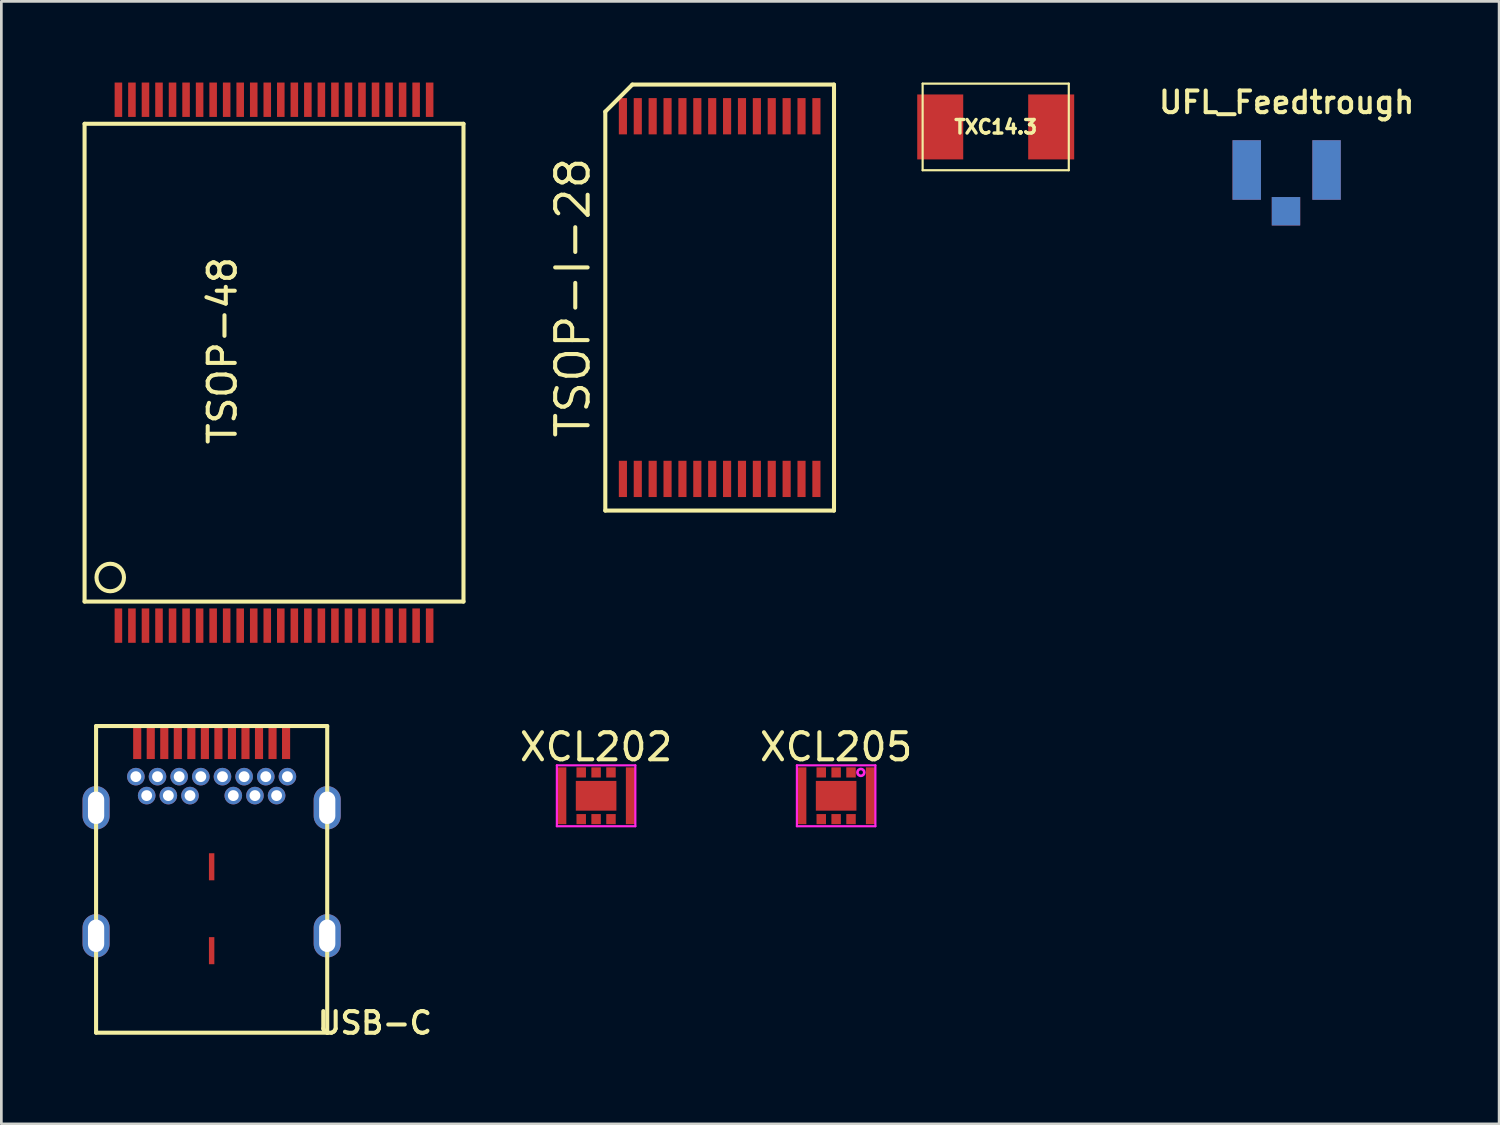
<source format=kicad_pcb>
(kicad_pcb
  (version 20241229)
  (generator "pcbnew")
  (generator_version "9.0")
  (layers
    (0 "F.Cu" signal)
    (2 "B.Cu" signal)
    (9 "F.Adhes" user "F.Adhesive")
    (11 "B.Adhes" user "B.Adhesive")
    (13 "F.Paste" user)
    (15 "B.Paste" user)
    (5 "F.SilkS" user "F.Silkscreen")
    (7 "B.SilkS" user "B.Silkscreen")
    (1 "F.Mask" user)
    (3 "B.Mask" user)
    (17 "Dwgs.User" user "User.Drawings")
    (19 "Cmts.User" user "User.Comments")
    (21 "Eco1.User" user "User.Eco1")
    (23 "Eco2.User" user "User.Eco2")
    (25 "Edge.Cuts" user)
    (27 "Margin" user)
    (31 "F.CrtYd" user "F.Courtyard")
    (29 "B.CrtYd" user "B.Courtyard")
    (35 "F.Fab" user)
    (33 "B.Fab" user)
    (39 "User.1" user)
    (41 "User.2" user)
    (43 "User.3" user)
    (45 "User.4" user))
  (footprint "TXC14.3"
    (layer "F.Cu")
    (at 33.74 1.64)
    (property "Reference" "TXC14.3" (at 0 0 0) (layer "F.SilkS") (effects (font (size 0.5 0.5) (thickness 0.125))))
    (attr through_hole)
    (fp_line (start -2.7 -1.6) (end -2.7 1.6) (stroke (width 0.08) (type solid)) (layer "F.SilkS"))
    (fp_line (start -2.7 -1.6) (end 2.7 -1.6) (stroke (width 0.08) (type solid)) (layer "F.SilkS"))
    (fp_line (start -2.7 1.6) (end 2.7 1.6) (stroke (width 0.08) (type solid)) (layer "F.SilkS"))
    (fp_line (start 2.7 1.6) (end 2.7 -1.6) (stroke (width 0.08) (type solid)) (layer "F.SilkS"))
    (pad "1" smd rect (at -2.7 0) (size 1.7 2.4) (drill (offset 0.65 0)) (layers "F.Cu" "F.Mask" "F.Paste"))
    (pad "2" smd rect (at 2.7 0) (size 1.7 2.4) (drill (offset -0.65 0)) (layers "F.Cu" "F.Mask" "F.Paste")))
  (footprint "XCL202"
    (layer "F.Cu")
    (at 18.975 26.353)
    (property "Reference" "XCL202" (at 0 -1.803 0) (layer "F.SilkS") (effects (font (size 1 1) (thickness 0.15))))
    (attr through_hole)
    (fp_line (start -1.45 -1.125) (end -1.45 1.125) (stroke (width 0.08) (type solid)) (layer "F.CrtYd"))
    (fp_line (start -1.45 -1.125) (end 1.45 -1.125) (stroke (width 0.08) (type solid)) (layer "F.CrtYd"))
    (fp_line (start -1.45 1.125) (end 1.45 1.125) (stroke (width 0.08) (type solid)) (layer "F.CrtYd"))
    (fp_line (start 1.45 -1.125) (end 1.45 1.125) (stroke (width 0.08) (type solid)) (layer "F.CrtYd"))
    (pad "1" smd rect (at -0.55 -0.863) (size 0.35 0.375) (layers "F.Cu" "F.Mask" "F.Paste"))
    (pad "2" smd rect (at 0 -0.863) (size 0.35 0.375) (layers "F.Cu" "F.Mask" "F.Paste"))
    (pad "3" smd rect (at 0.55 -0.863) (size 0.35 0.375) (layers "F.Cu" "F.Mask" "F.Paste"))
    (pad "4" smd rect (at 0.55 0.863) (size 0.35 0.375) (layers "F.Cu" "F.Mask" "F.Paste"))
    (pad "5" smd rect (at 0 0.863) (size 0.35 0.375) (layers "F.Cu" "F.Mask" "F.Paste"))
    (pad "6" smd rect (at -0.55 0.863) (size 0.35 0.375) (layers "F.Cu" "F.Mask" "F.Paste"))
    (pad "7" smd rect (at -1.275 0) (size 0.35 2.1) (layers "F.Cu" "F.Mask" "F.Paste"))
    (pad "8" smd rect (at 1.275 0) (size 0.35 2.1) (layers "F.Cu" "F.Mask" "F.Paste"))
    (pad "GND" smd rect (at 0 0) (size 1.5 1.1) (layers "F.Cu" "F.Mask" "F.Paste")))
  (footprint "TSOP-I-28"
    (layer "F.Cu")
    (at 23.54 7.945)
    (property "Reference" "TSOP-I-28" (at -5.425 0 90) (layer "F.SilkS") (effects (font (size 1.2 1.2) (thickness 0.15))))
    (attr smd)
    (fp_line (start -4.225 -6.87) (end -4.225 7.87) (stroke (width 0.15) (type solid)) (layer "F.SilkS"))
    (fp_line (start -4.225 7.87) (end 4.225 7.87) (stroke (width 0.15) (type solid)) (layer "F.SilkS"))
    (fp_line (start -3.225 -7.87) (end -4.225 -6.87) (stroke (width 0.15) (type solid)) (layer "F.SilkS"))
    (fp_line (start 4.225 -7.87) (end -3.225 -7.87) (stroke (width 0.15) (type solid)) (layer "F.SilkS"))
    (fp_line (start 4.225 7.87) (end 4.225 -7.87) (stroke (width 0.15) (type solid)) (layer "F.SilkS"))
    (pad "1" smd rect (at -3.575 6.7) (size 0.3 1.34) (layers "F.Cu" "F.Mask" "F.Paste"))
    (pad "2" smd rect (at -3.025 6.7) (size 0.3 1.34) (layers "F.Cu" "F.Mask" "F.Paste"))
    (pad "3" smd rect (at -2.475 6.7) (size 0.3 1.34) (layers "F.Cu" "F.Mask" "F.Paste"))
    (pad "4" smd rect (at -1.925 6.7) (size 0.3 1.34) (layers "F.Cu" "F.Mask" "F.Paste"))
    (pad "5" smd rect (at -1.375 6.7) (size 0.3 1.34) (layers "F.Cu" "F.Mask" "F.Paste"))
    (pad "6" smd rect (at -0.825 6.7) (size 0.3 1.34) (layers "F.Cu" "F.Mask" "F.Paste"))
    (pad "7" smd rect (at -0.275 6.7) (size 0.3 1.34) (layers "F.Cu" "F.Mask" "F.Paste"))
    (pad "8" smd rect (at 0.275 6.7) (size 0.3 1.34) (layers "F.Cu" "F.Mask" "F.Paste"))
    (pad "9" smd rect (at 0.825 6.7) (size 0.3 1.34) (layers "F.Cu" "F.Mask" "F.Paste"))
    (pad "10" smd rect (at 1.375 6.7) (size 0.3 1.34) (layers "F.Cu" "F.Mask" "F.Paste"))
    (pad "11" smd rect (at 1.925 6.7) (size 0.3 1.34) (layers "F.Cu" "F.Mask" "F.Paste"))
    (pad "12" smd rect (at 2.475 6.7) (size 0.3 1.34) (layers "F.Cu" "F.Mask" "F.Paste"))
    (pad "13" smd rect (at 3.025 6.7) (size 0.3 1.34) (layers "F.Cu" "F.Mask" "F.Paste"))
    (pad "14" smd rect (at 3.575 6.7) (size 0.3 1.34) (layers "F.Cu" "F.Mask" "F.Paste"))
    (pad "15" smd rect (at 3.575 -6.7) (size 0.3 1.34) (layers "F.Cu" "F.Mask" "F.Paste"))
    (pad "16" smd rect (at 3.025 -6.7) (size 0.3 1.34) (layers "F.Cu" "F.Mask" "F.Paste"))
    (pad "17" smd rect (at 2.475 -6.7) (size 0.3 1.34) (layers "F.Cu" "F.Mask" "F.Paste"))
    (pad "18" smd rect (at 1.925 -6.7) (size 0.3 1.34) (layers "F.Cu" "F.Mask" "F.Paste"))
    (pad "19" smd rect (at 1.375 -6.7) (size 0.3 1.34) (layers "F.Cu" "F.Mask" "F.Paste"))
    (pad "20" smd rect (at 0.825 -6.7) (size 0.3 1.34) (layers "F.Cu" "F.Mask" "F.Paste"))
    (pad "21" smd rect (at 0.275 -6.7) (size 0.3 1.34) (layers "F.Cu" "F.Mask" "F.Paste"))
    (pad "22" smd rect (at -0.275 -6.7) (size 0.3 1.34) (layers "F.Cu" "F.Mask" "F.Paste"))
    (pad "23" smd rect (at -0.825 -6.7) (size 0.3 1.34) (layers "F.Cu" "F.Mask" "F.Paste"))
    (pad "24" smd rect (at -1.375 -6.7) (size 0.3 1.34) (layers "F.Cu" "F.Mask" "F.Paste"))
    (pad "25" smd rect (at -1.925 -6.7) (size 0.3 1.34) (layers "F.Cu" "F.Mask" "F.Paste"))
    (pad "26" smd rect (at -2.475 -6.7) (size 0.3 1.34) (layers "F.Cu" "F.Mask" "F.Paste"))
    (pad "27" smd rect (at -3.025 -6.7) (size 0.3 1.34) (layers "F.Cu" "F.Mask" "F.Paste"))
    (pad "28" smd rect (at -3.575 -6.7) (size 0.3 1.34) (layers "F.Cu" "F.Mask" "F.Paste")))
  (footprint "XCL205"
    (layer "F.Cu")
    (at 27.844 26.353)
    (property "Reference" "XCL205" (at 0 -1.803 0) (layer "F.SilkS") (effects (font (size 1 1) (thickness 0.15))))
    (attr through_hole)
    (fp_line (start -1.45 -1.125) (end -1.45 1.125) (stroke (width 0.08) (type solid)) (layer "F.CrtYd"))
    (fp_line (start -1.45 -1.125) (end 1.45 -1.125) (stroke (width 0.08) (type solid)) (layer "F.CrtYd"))
    (fp_line (start -1.45 1.125) (end 1.45 1.125) (stroke (width 0.08) (type solid)) (layer "F.CrtYd"))
    (fp_line (start 1.45 -1.125) (end 1.45 1.125) (stroke (width 0.08) (type solid)) (layer "F.CrtYd"))
    (fp_circle (center 0.914 -0.864) (end 1.041 -0.864) (stroke (width 0.1) (type solid)) (fill no) (layer "F.CrtYd"))
    (pad "1" smd rect (at 0.55 -0.863) (size 0.35 0.375) (layers "F.Cu" "F.Mask" "F.Paste"))
    (pad "2" smd rect (at 0 -0.863) (size 0.35 0.375) (layers "F.Cu" "F.Mask" "F.Paste"))
    (pad "3" smd rect (at -0.55 -0.863) (size 0.35 0.375) (layers "F.Cu" "F.Mask" "F.Paste"))
    (pad "4" smd rect (at -0.55 0.863) (size 0.35 0.375) (layers "F.Cu" "F.Mask" "F.Paste"))
    (pad "5" smd rect (at 0 0.863) (size 0.35 0.375) (layers "F.Cu" "F.Mask" "F.Paste"))
    (pad "6" smd rect (at 0.55 0.863) (size 0.35 0.375) (layers "F.Cu" "F.Mask" "F.Paste"))
    (pad "7" smd rect (at 1.275 0) (size 0.35 2.1) (layers "F.Cu" "F.Mask" "F.Paste"))
    (pad "8" smd rect (at -1.275 0) (size 0.35 2.1) (layers "F.Cu" "F.Mask" "F.Paste"))
    (pad "GND" smd rect (at 0 0) (size 1.5 1.1) (layers "F.Cu" "F.Mask" "F.Paste")))
  (footprint "UFL_Feedtrough"
    (layer "F.Cu")
    (at 44.49 3.231)
    (property "Reference" "UFL_Feedtrough" (at 0 -2.5 0) (layer "F.SilkS") (effects (font (size 0.8 0.8) (thickness 0.15))))
    (attr through_hole)
    (pad "1" smd rect (at -0.025 1.525) (size 1.05 1.05) (layers "F.Cu" "F.Mask" "F.Paste"))
    (pad "2" smd rect (at -0.025 1.525) (size 1.05 1.05) (layers "B.Cu" "B.Mask" "B.Paste"))
    (pad "3" smd rect (at -1.475 0) (size 1.05 2.2) (layers "F.Cu" "F.Mask" "F.Paste"))
    (pad "4" smd rect (at 1.475 0) (size 1.05 2.2) (layers "F.Cu" "F.Mask" "F.Paste"))
    (pad "5" smd rect (at -1.475 0) (size 1.05 2.2) (layers "B.Cu" "B.Mask" "B.Paste"))
    (pad "6" smd rect (at 1.475 0) (size 1.05 2.2) (layers "B.Cu" "B.Mask" "B.Paste")))
  (footprint "USB-C"
    (layer "F.Cu")
    (at 4.77 34.976)
    (property "Reference" "USB-C" (at 6.03 -0.23 0) (layer "F.SilkS") (effects (font (size 0.8 0.8) (thickness 0.15))))
    (attr smd)
    (fp_line (start -4.27 0.13) (end -4.27 -11.2) (stroke (width 0.15) (type solid)) (layer "F.SilkS"))
    (fp_line (start 4.27 -11.2) (end -4.27 -11.2) (stroke (width 0.15) (type solid)) (layer "F.SilkS"))
    (fp_line (start 4.27 0.13) (end -4.27 0.13) (stroke (width 0.15) (type solid)) (layer "F.SilkS"))
    (fp_line (start 4.27 0.13) (end 4.27 -11.2) (stroke (width 0.15) (type solid)) (layer "F.SilkS"))
    (pad "A1" smd rect (at -2.75 -10.58) (size 0.3 1.2) (layers "F.Cu" "F.Mask" "F.Paste"))
    (pad "A2" smd rect (at -2.25 -10.58) (size 0.3 1.2) (layers "F.Cu" "F.Mask" "F.Paste"))
    (pad "A3" smd rect (at -1.75 -10.58) (size 0.3 1.2) (layers "F.Cu" "F.Mask" "F.Paste"))
    (pad "A4" smd rect (at -1.25 -10.58) (size 0.3 1.2) (layers "F.Cu" "F.Mask" "F.Paste"))
    (pad "A5" smd rect (at -0.75 -10.58) (size 0.3 1.2) (layers "F.Cu" "F.Mask" "F.Paste"))
    (pad "A6" smd rect (at -0.25 -10.58) (size 0.3 1.2) (layers "F.Cu" "F.Mask" "F.Paste"))
    (pad "A7" smd rect (at 0.25 -10.58) (size 0.3 1.2) (layers "F.Cu" "F.Mask" "F.Paste"))
    (pad "A8" smd rect (at 0.75 -10.58) (size 0.3 1.2) (layers "F.Cu" "F.Mask" "F.Paste"))
    (pad "A9" smd rect (at 1.25 -10.58) (size 0.3 1.2) (layers "F.Cu" "F.Mask" "F.Paste"))
    (pad "A10" smd rect (at 1.75 -10.58) (size 0.3 1.2) (layers "F.Cu" "F.Mask" "F.Paste"))
    (pad "A11" smd rect (at 2.25 -10.58) (size 0.3 1.2) (layers "F.Cu" "F.Mask" "F.Paste"))
    (pad "A12" smd rect (at 2.75 -10.58) (size 0.3 1.2) (layers "F.Cu" "F.Mask" "F.Paste"))
    (pad "B1" thru_hole circle (at 2.8 -9.33) (size 0.65 0.65) (drill 0.4) (layers "*.Cu" "*.Mask"))
    (pad "B2" thru_hole circle (at 2.4 -8.63) (size 0.65 0.65) (drill 0.4) (layers "*.Cu" "*.Mask"))
    (pad "B3" thru_hole circle (at 1.6 -8.63) (size 0.65 0.65) (drill 0.4) (layers "*.Cu" "*.Mask"))
    (pad "B4" thru_hole circle (at 1.2 -9.33) (size 0.65 0.65) (drill 0.4) (layers "*.Cu" "*.Mask"))
    (pad "B5" thru_hole circle (at 0.8 -8.63) (size 0.65 0.65) (drill 0.4) (layers "*.Cu" "*.Mask"))
    (pad "B6" thru_hole circle (at 0.4 -9.33) (size 0.65 0.65) (drill 0.4) (layers "*.Cu" "*.Mask"))
    (pad "B7" thru_hole circle (at -0.4 -9.33) (size 0.65 0.65) (drill 0.4) (layers "*.Cu" "*.Mask"))
    (pad "B8" thru_hole circle (at -0.8 -8.63) (size 0.65 0.65) (drill 0.4) (layers "*.Cu" "*.Mask"))
    (pad "B9" thru_hole circle (at -1.2 -9.33) (size 0.65 0.65) (drill 0.4) (layers "*.Cu" "*.Mask"))
    (pad "B10" thru_hole circle (at -1.6 -8.63) (size 0.65 0.65) (drill 0.4) (layers "*.Cu" "*.Mask"))
    (pad "B11" thru_hole circle (at -2.4 -8.63) (size 0.65 0.65) (drill 0.4) (layers "*.Cu" "*.Mask"))
    (pad "B12" thru_hole circle (at -2.8 -9.33) (size 0.65 0.65) (drill 0.4) (layers "*.Cu" "*.Mask"))
    (pad "CP" thru_hole circle (at -2 -9.33) (size 0.65 0.65) (drill 0.4) (layers "*.Cu" "*.Mask"))
    (pad "CP" thru_hole circle (at 2 -9.33) (size 0.65 0.65) (drill 0.4) (layers "*.Cu" "*.Mask"))
    (pad "M" thru_hole oval (at -4.27 -8.18) (size 1 1.6) (drill oval 0.6 1.2) (layers "*.Cu" "*.Mask"))
    (pad "M" thru_hole oval (at -4.27 -3.45) (size 1 1.6) (drill oval 0.6 1.2) (layers "*.Cu" "*.Mask"))
    (pad "M" smd rect (at 0 -6) (size 0.2 1) (layers "F.Cu" "F.Mask" "F.Paste"))
    (pad "M" smd rect (at 0 -2.9) (size 0.2 1) (layers "F.Cu" "F.Mask" "F.Paste"))
    (pad "M" thru_hole oval (at 4.27 -8.18) (size 1 1.6) (drill oval 0.6 1.2) (layers "*.Cu" "*.Mask"))
    (pad "M" thru_hole oval (at 4.27 -3.45) (size 1 1.6) (drill oval 0.6 1.2) (layers "*.Cu" "*.Mask")))
  (footprint "TSOP-48"
    (layer "F.Cu")
    (at 7.075 10.414)
    (property "Reference" "TSOP-48" (at -1.905 -0.508 90) (layer "F.SilkS") (effects (font (size 1 1) (thickness 0.15))))
    (attr smd)
    (fp_line (start -7 -8.89) (end 7 -8.89) (stroke (width 0.15) (type solid)) (layer "F.SilkS"))
    (fp_line (start -7 8.763) (end -7 -8.89) (stroke (width 0.15) (type solid)) (layer "F.SilkS"))
    (fp_line (start -7 8.763) (end 7 8.763) (stroke (width 0.15) (type solid)) (layer "F.SilkS"))
    (fp_line (start 7 -8.89) (end 7 8.763) (stroke (width 0.15) (type solid)) (layer "F.SilkS"))
    (fp_circle (center -6.052 7.874) (end -6.052 8.382) (stroke (width 0.15) (type solid)) (fill no) (layer "F.SilkS"))
    (pad "1" smd rect (at -5.75 9.652) (size 0.279 1.27) (layers "F.Cu" "F.Mask" "F.Paste"))
    (pad "2" smd rect (at -5.25 9.652) (size 0.279 1.27) (layers "F.Cu" "F.Mask" "F.Paste"))
    (pad "3" smd rect (at -4.75 9.652) (size 0.279 1.27) (layers "F.Cu" "F.Mask" "F.Paste"))
    (pad "4" smd rect (at -4.25 9.652) (size 0.279 1.27) (layers "F.Cu" "F.Mask" "F.Paste"))
    (pad "5" smd rect (at -3.75 9.652) (size 0.279 1.27) (layers "F.Cu" "F.Mask" "F.Paste"))
    (pad "6" smd rect (at -3.25 9.652) (size 0.279 1.27) (layers "F.Cu" "F.Mask" "F.Paste"))
    (pad "7" smd rect (at -2.75 9.652) (size 0.279 1.27) (layers "F.Cu" "F.Mask" "F.Paste"))
    (pad "8" smd rect (at -2.25 9.652) (size 0.279 1.27) (layers "F.Cu" "F.Mask" "F.Paste"))
    (pad "9" smd rect (at -1.75 9.652) (size 0.279 1.27) (layers "F.Cu" "F.Mask" "F.Paste"))
    (pad "10" smd rect (at -1.25 9.652) (size 0.279 1.27) (layers "F.Cu" "F.Mask" "F.Paste"))
    (pad "11" smd rect (at -0.75 9.652) (size 0.279 1.27) (layers "F.Cu" "F.Mask" "F.Paste"))
    (pad "12" smd rect (at -0.25 9.652) (size 0.279 1.27) (layers "F.Cu" "F.Mask" "F.Paste"))
    (pad "13" smd rect (at 0.25 9.652) (size 0.279 1.27) (layers "F.Cu" "F.Mask" "F.Paste"))
    (pad "14" smd rect (at 0.75 9.652) (size 0.279 1.27) (layers "F.Cu" "F.Mask" "F.Paste"))
    (pad "15" smd rect (at 1.25 9.652) (size 0.279 1.27) (layers "F.Cu" "F.Mask" "F.Paste"))
    (pad "16" smd rect (at 1.75 9.652) (size 0.279 1.27) (layers "F.Cu" "F.Mask" "F.Paste"))
    (pad "17" smd rect (at 2.25 9.652) (size 0.279 1.27) (layers "F.Cu" "F.Mask" "F.Paste"))
    (pad "18" smd rect (at 2.75 9.652) (size 0.279 1.27) (layers "F.Cu" "F.Mask" "F.Paste"))
    (pad "19" smd rect (at 3.25 9.652) (size 0.279 1.27) (layers "F.Cu" "F.Mask" "F.Paste"))
    (pad "20" smd rect (at 3.75 9.652) (size 0.279 1.27) (layers "F.Cu" "F.Mask" "F.Paste"))
    (pad "21" smd rect (at 4.25 9.652) (size 0.279 1.27) (layers "F.Cu" "F.Mask" "F.Paste"))
    (pad "22" smd rect (at 4.75 9.652) (size 0.279 1.27) (layers "F.Cu" "F.Mask" "F.Paste"))
    (pad "23" smd rect (at 5.25 9.652) (size 0.279 1.27) (layers "F.Cu" "F.Mask" "F.Paste"))
    (pad "24" smd rect (at 5.75 9.652) (size 0.279 1.27) (layers "F.Cu" "F.Mask" "F.Paste"))
    (pad "25" smd rect (at 5.75 -9.779) (size 0.279 1.27) (layers "F.Cu" "F.Mask" "F.Paste"))
    (pad "26" smd rect (at 5.25 -9.779) (size 0.279 1.27) (layers "F.Cu" "F.Mask" "F.Paste"))
    (pad "27" smd rect (at 4.75 -9.779) (size 0.279 1.27) (layers "F.Cu" "F.Mask" "F.Paste"))
    (pad "28" smd rect (at 4.25 -9.779) (size 0.279 1.27) (layers "F.Cu" "F.Mask" "F.Paste"))
    (pad "29" smd rect (at 3.75 -9.779) (size 0.279 1.27) (layers "F.Cu" "F.Mask" "F.Paste"))
    (pad "30" smd rect (at 3.25 -9.779) (size 0.279 1.27) (layers "F.Cu" "F.Mask" "F.Paste"))
    (pad "31" smd rect (at 2.75 -9.779) (size 0.279 1.27) (layers "F.Cu" "F.Mask" "F.Paste"))
    (pad "32" smd rect (at 2.25 -9.779) (size 0.279 1.27) (layers "F.Cu" "F.Mask" "F.Paste"))
    (pad "33" smd rect (at 1.75 -9.779) (size 0.279 1.27) (layers "F.Cu" "F.Mask" "F.Paste"))
    (pad "34" smd rect (at 1.25 -9.779) (size 0.279 1.27) (layers "F.Cu" "F.Mask" "F.Paste"))
    (pad "35" smd rect (at 0.75 -9.779) (size 0.279 1.27) (layers "F.Cu" "F.Mask" "F.Paste"))
    (pad "36" smd rect (at 0.25 -9.779) (size 0.279 1.27) (layers "F.Cu" "F.Mask" "F.Paste"))
    (pad "37" smd rect (at -0.25 -9.779) (size 0.279 1.27) (layers "F.Cu" "F.Mask" "F.Paste"))
    (pad "38" smd rect (at -0.75 -9.779) (size 0.279 1.27) (layers "F.Cu" "F.Mask" "F.Paste"))
    (pad "39" smd rect (at -1.25 -9.779) (size 0.279 1.27) (layers "F.Cu" "F.Mask" "F.Paste"))
    (pad "40" smd rect (at -1.75 -9.779) (size 0.279 1.27) (layers "F.Cu" "F.Mask" "F.Paste"))
    (pad "41" smd rect (at -2.25 -9.779) (size 0.279 1.27) (layers "F.Cu" "F.Mask" "F.Paste"))
    (pad "42" smd rect (at -2.75 -9.779) (size 0.279 1.27) (layers "F.Cu" "F.Mask" "F.Paste"))
    (pad "43" smd rect (at -3.25 -9.779) (size 0.279 1.27) (layers "F.Cu" "F.Mask" "F.Paste"))
    (pad "44" smd rect (at -3.75 -9.779) (size 0.279 1.27) (layers "F.Cu" "F.Mask" "F.Paste"))
    (pad "45" smd rect (at -4.25 -9.779) (size 0.279 1.27) (layers "F.Cu" "F.Mask" "F.Paste"))
    (pad "46" smd rect (at -4.75 -9.779) (size 0.279 1.27) (layers "F.Cu" "F.Mask" "F.Paste"))
    (pad "47" smd rect (at -5.25 -9.779) (size 0.279 1.27) (layers "F.Cu" "F.Mask" "F.Paste"))
    (pad "48" smd rect (at -5.75 -9.779) (size 0.279 1.27) (layers "F.Cu" "F.Mask" "F.Paste")))
  (gr_rect
    (start -3 -3)
    (end 52.34 38.477)
    (stroke (width 0.1) (type default))
    (fill no)
    (layer "Edge.Cuts")))
</source>
